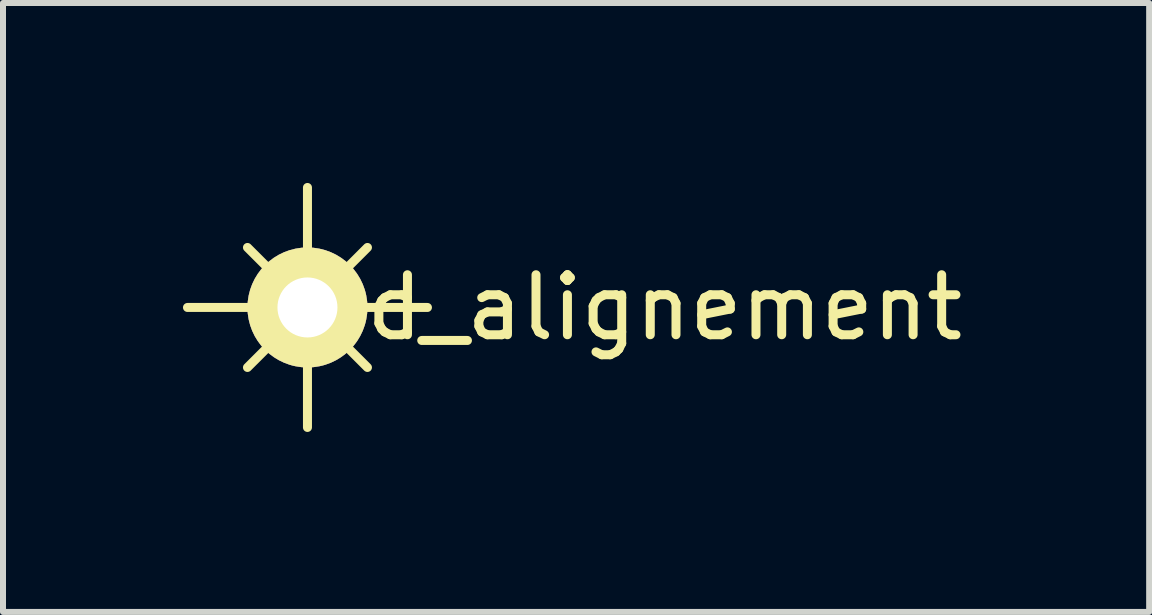
<source format=kicad_pcb>
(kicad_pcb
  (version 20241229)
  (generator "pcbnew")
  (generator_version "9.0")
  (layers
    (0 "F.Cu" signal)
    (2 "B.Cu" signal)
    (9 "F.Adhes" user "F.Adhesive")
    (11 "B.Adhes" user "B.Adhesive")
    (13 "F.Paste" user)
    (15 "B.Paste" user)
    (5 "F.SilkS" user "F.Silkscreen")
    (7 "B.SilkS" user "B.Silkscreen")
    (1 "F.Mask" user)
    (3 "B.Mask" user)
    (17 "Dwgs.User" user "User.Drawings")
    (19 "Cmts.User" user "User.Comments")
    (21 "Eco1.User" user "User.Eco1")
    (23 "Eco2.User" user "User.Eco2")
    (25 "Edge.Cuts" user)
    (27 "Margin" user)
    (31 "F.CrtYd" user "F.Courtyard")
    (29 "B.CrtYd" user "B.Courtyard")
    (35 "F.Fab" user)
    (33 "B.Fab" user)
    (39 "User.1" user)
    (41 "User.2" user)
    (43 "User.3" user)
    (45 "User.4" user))
  (footprint "Pad_alignement"
    (layer "F.Cu")
    (at 2.075 2.075)
    (property "Reference" "Pad_alignement" (at 5 0 0) (layer "F.SilkS") (effects (font (size 1 1) (thickness 0.15))))
    (attr through_hole)
    (fp_line (start -2 0) (end 2 0) (stroke (width 0.15) (type solid)) (layer "F.SilkS"))
    (fp_line (start -1 -1) (end 1 1) (stroke (width 0.15) (type solid)) (layer "F.SilkS"))
    (fp_line (start 0 -2) (end 0 2) (stroke (width 0.15) (type solid)) (layer "F.SilkS"))
    (fp_line (start 1 -1) (end -1 1) (stroke (width 0.15) (type solid)) (layer "F.SilkS"))
    (pad "" np_thru_hole circle (at 0 0) (size 2 2) (drill 1) (layers "*.Cu" "*.Mask" "F.SilkS")))
  (gr_rect
    (start -3 -3)
    (end 16.105 7.15)
    (stroke (width 0.1) (type default))
    (fill no)
    (layer "Edge.Cuts")))
</source>
